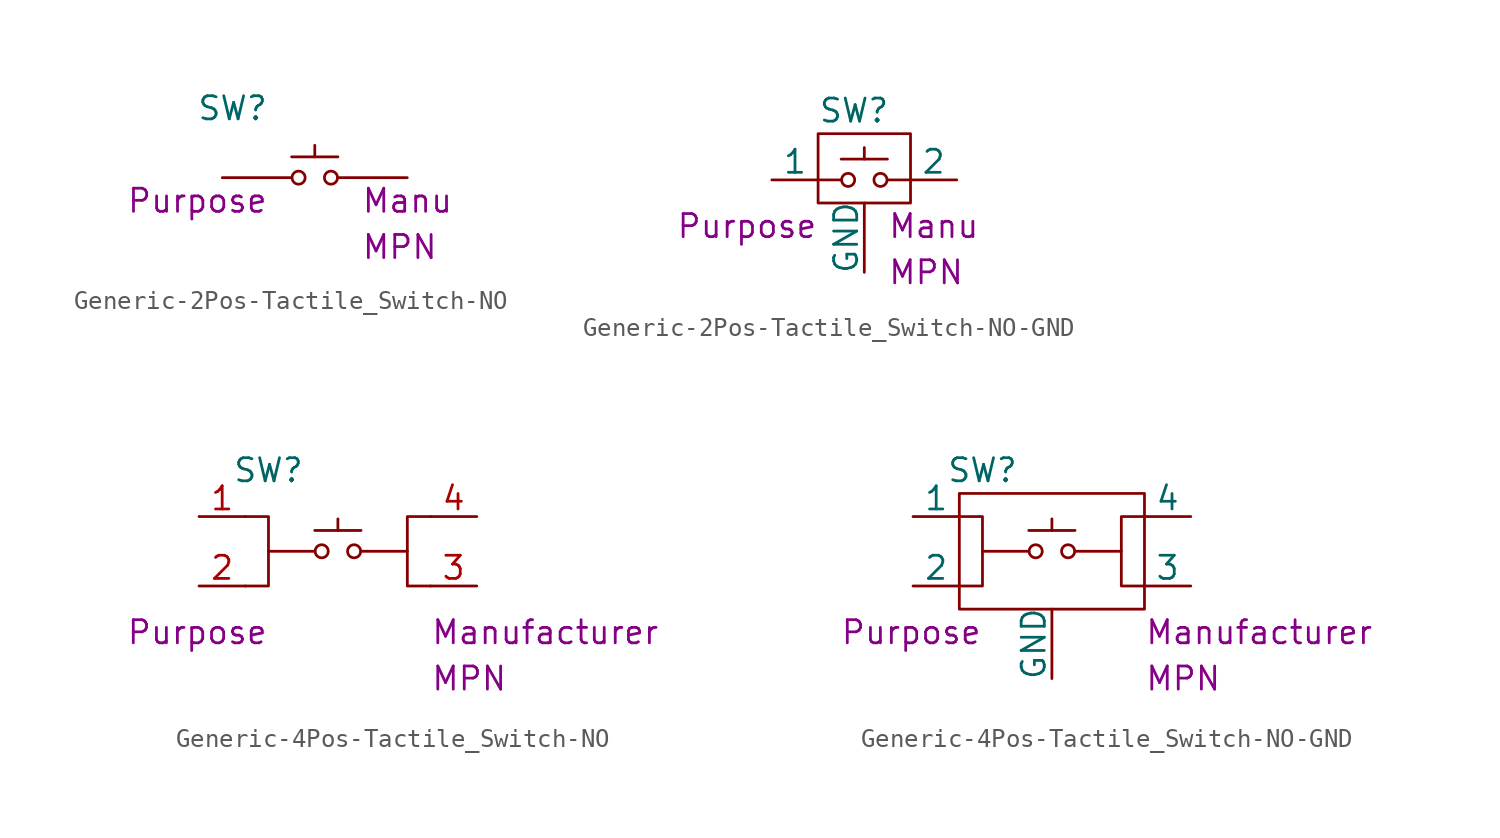
<source format=kicad_sym>
(kicad_symbol_lib
  (version 20211014)
  (generator kicad_symbol_editor)
  (symbol "Generic-2Pos-Tactile_Switch-NO"
    (pin_numbers hide)
    (pin_names hide)
    (property "Reference" "SW"
      (at -2.54 3.81 0)
      (effects (font (size 1.27 1.27)) (justify right)))
    (property "Purpose" "Purpose"
      (at -2.54 -1.27 0)
      (effects (font (size 1.27 1.27)) (justify right)))
    (property "Manufacturer" "Manu"
      (at 2.54 -1.27 0)
      (effects (font (size 1.27 1.27)) (justify left)))
    (property "MPN" "MPN"
      (at 2.54 -3.81 0)
      (effects (font (size 1.27 1.27)) (justify left)))
    (symbol "Generic-2Pos-Tactile_Switch-NO_0_0"
      (pin bidirectional line (at -5.08 0 0) (length 3.81) (name "1" (effects (font (size 1.27 1.27)))) (number "1" (effects (font (size 1.27 1.27)))))
      (pin bidirectional line (at 5.08 0 180) (length 3.81) (name "2" (effects (font (size 1.27 1.27)))) (number "2" (effects (font (size 1.27 1.27))))))
    (symbol "Generic-2Pos-Tactile_Switch-NO_0_1"
      (circle (center -0.889 0) (radius 0.359) (stroke (width 0) (type default) (color 0 0 0 0)) (fill (type none)))
      (polyline (pts (xy 0 1.143) (xy 0 1.778)) (stroke (width 0) (type default) (color 0 0 0 0)) (fill (type none)))
      (polyline (pts (xy 1.27 1.143) (xy -1.27 1.143)) (stroke (width 0) (type default) (color 0 0 0 0)) (fill (type none)))
      (circle (center 0.889 0) (radius 0.359) (stroke (width 0) (type default) (color 0 0 0 0)) (fill (type none)))))
  (symbol "Generic-2Pos-Tactile_Switch-NO-GND"
    (pin_numbers hide)
    (pin_names
      (offset 0))
    (property "Reference" "SW"
      (at -2.54 3.81 0)
      (effects (font (size 1.27 1.27)) (justify left)))
    (property "Purpose" "Purpose"
      (at -2.54 -2.54 0)
      (effects (font (size 1.27 1.27)) (justify right)))
    (property "Manufacturer" "Manu"
      (at 1.27 -2.54 0)
      (effects (font (size 1.27 1.27)) (justify left)))
    (property "MPN" "MPN"
      (at 1.27 -5.08 0)
      (effects (font (size 1.27 1.27)) (justify left)))
    (symbol "Generic-2Pos-Tactile_Switch-NO-GND_0_0"
      (pin bidirectional line (at -5.08 0 0) (length 2.54) (name "1" (effects (font (size 1.27 1.27)))) (number "1" (effects (font (size 1.27 1.27)))))
      (pin bidirectional line (at 5.08 0 180) (length 2.54) (name "2" (effects (font (size 1.27 1.27)))) (number "2" (effects (font (size 1.27 1.27)))))
      (pin bidirectional line (at 0 -5.08 90) (length 3.81) (name "GND" (effects (font (size 1.27 1.27)))) (number "G" (effects (font (size 1.27 1.27))))))
    (symbol "Generic-2Pos-Tactile_Switch-NO-GND_0_1"
      (rectangle (start -2.54 2.54) (end 2.54 -1.27) (stroke (width 0) (type default) (color 0 0 0 0)) (fill (type none)))
      (circle (center -0.889 0) (radius 0.359) (stroke (width 0) (type default) (color 0 0 0 0)) (fill (type none)))
      (polyline (pts (xy -1.27 0) (xy -2.54 0)) (stroke (width 0) (type default) (color 0 0 0 0)) (fill (type none)))
      (polyline (pts (xy 0 1.143) (xy 0 1.778)) (stroke (width 0) (type default) (color 0 0 0 0)) (fill (type none)))
      (polyline (pts (xy 1.27 1.143) (xy -1.27 1.143)) (stroke (width 0) (type default) (color 0 0 0 0)) (fill (type none)))
      (polyline (pts (xy 2.54 0) (xy 1.27 0)) (stroke (width 0) (type default) (color 0 0 0 0)) (fill (type none)))
      (circle (center 0.889 0) (radius 0.359) (stroke (width 0) (type default) (color 0 0 0 0)) (fill (type none)))))
  (symbol "Generic-4Pos-Tactile_Switch-NO"
    (pin_names hide)
    (property "Reference" "SW"
      (at -3.81 5.08 0)
      (effects (font (size 1.27 1.27))))
    (property "MPN" "MPN"
      (at 5.08 -6.35 0)
      (effects (font (size 1.27 1.27)) (justify left)))
    (property "Manufacturer" "Manufacturer"
      (at 5.08 -3.81 0)
      (effects (font (size 1.27 1.27)) (justify left)))
    (property "Purpose" "Purpose"
      (at -3.81 -3.81 0)
      (effects (font (size 1.27 1.27)) (justify right)))
    (symbol "Generic-4Pos-Tactile_Switch-NO_0_0"
      (pin bidirectional line (at -7.62 2.54 0) (length 2.54) (name "1" (effects (font (size 1.27 1.27)))) (number "1" (effects (font (size 1.27 1.27)))))
      (pin bidirectional line (at -7.62 -1.27 0) (length 2.54) (name "2" (effects (font (size 1.27 1.27)))) (number "2" (effects (font (size 1.27 1.27)))))
      (pin bidirectional line (at 7.62 -1.27 180) (length 2.54) (name "3" (effects (font (size 1.27 1.27)))) (number "3" (effects (font (size 1.27 1.27)))))
      (pin bidirectional line (at 7.62 2.54 180) (length 2.54) (name "4" (effects (font (size 1.27 1.27)))) (number "4" (effects (font (size 1.27 1.27))))))
    (symbol "Generic-4Pos-Tactile_Switch-NO_0_1"
      (circle (center -0.889 0.635) (radius 0.359) (stroke (width 0) (type default) (color 0 0 0 0)) (fill (type none)))
      (polyline (pts (xy -3.81 0.635) (xy -1.27 0.635)) (stroke (width 0) (type default) (color 0 0 0 0)) (fill (type none)))
      (polyline (pts (xy 0 1.778) (xy 0 2.413)) (stroke (width 0) (type default) (color 0 0 0 0)) (fill (type none)))
      (polyline (pts (xy 1.27 1.778) (xy -1.27 1.778)) (stroke (width 0) (type default) (color 0 0 0 0)) (fill (type none)))
      (polyline (pts (xy 3.81 0.635) (xy 1.27 0.635)) (stroke (width 0) (type default) (color 0 0 0 0)) (fill (type none)))
      (polyline (pts (xy -5.08 2.54) (xy -3.81 2.54) (xy -3.81 -1.27) (xy -5.08 -1.27)) (stroke (width 0) (type default) (color 0 0 0 0)) (fill (type none)))
      (polyline (pts (xy 5.08 2.54) (xy 3.81 2.54) (xy 3.81 -1.27) (xy 5.08 -1.27)) (stroke (width 0) (type default) (color 0 0 0 0)) (fill (type none)))
      (circle (center 0.889 0.635) (radius 0.359) (stroke (width 0) (type default) (color 0 0 0 0)) (fill (type none)))))
  (symbol "Generic-4Pos-Tactile_Switch-NO-GND"
    (pin_numbers hide)
    (pin_names
      (offset 0))
    (property "Reference" "SW"
      (at -3.81 5.08 0)
      (effects (font (size 1.27 1.27))))
    (property "MPN" "MPN"
      (at 5.08 -6.35 0)
      (effects (font (size 1.27 1.27)) (justify left)))
    (property "Manufacturer" "Manufacturer"
      (at 5.08 -3.81 0)
      (effects (font (size 1.27 1.27)) (justify left)))
    (property "Purpose" "Purpose"
      (at -3.81 -3.81 0)
      (effects (font (size 1.27 1.27)) (justify right)))
    (symbol "Generic-4Pos-Tactile_Switch-NO-GND_0_0"
      (pin bidirectional line (at -7.62 2.54 0) (length 2.54) (name "1" (effects (font (size 1.27 1.27)))) (number "1" (effects (font (size 1.27 1.27)))))
      (pin bidirectional line (at -7.62 -1.27 0) (length 2.54) (name "2" (effects (font (size 1.27 1.27)))) (number "2" (effects (font (size 1.27 1.27)))))
      (pin bidirectional line (at 7.62 -1.27 180) (length 2.54) (name "3" (effects (font (size 1.27 1.27)))) (number "3" (effects (font (size 1.27 1.27)))))
      (pin bidirectional line (at 7.62 2.54 180) (length 2.54) (name "4" (effects (font (size 1.27 1.27)))) (number "4" (effects (font (size 1.27 1.27)))))
      (pin bidirectional line (at 0 -6.35 90) (length 3.81) (name "GND" (effects (font (size 1.27 1.27)))) (number "G" (effects (font (size 1.27 1.27))))))
    (symbol "Generic-4Pos-Tactile_Switch-NO-GND_0_1"
      (rectangle (start -5.08 3.81) (end 5.08 -2.54) (stroke (width 0) (type default) (color 0 0 0 0)) (fill (type none)))
      (circle (center -0.889 0.635) (radius 0.359) (stroke (width 0) (type default) (color 0 0 0 0)) (fill (type none)))
      (polyline (pts (xy -3.81 0.635) (xy -1.27 0.635)) (stroke (width 0) (type default) (color 0 0 0 0)) (fill (type none)))
      (polyline (pts (xy 0 1.778) (xy 0 2.413)) (stroke (width 0) (type default) (color 0 0 0 0)) (fill (type none)))
      (polyline (pts (xy 1.27 1.778) (xy -1.27 1.778)) (stroke (width 0) (type default) (color 0 0 0 0)) (fill (type none)))
      (polyline (pts (xy 3.81 0.635) (xy 1.27 0.635)) (stroke (width 0) (type default) (color 0 0 0 0)) (fill (type none)))
      (polyline (pts (xy -5.08 2.54) (xy -3.81 2.54) (xy -3.81 -1.27) (xy -5.08 -1.27)) (stroke (width 0) (type default) (color 0 0 0 0)) (fill (type none)))
      (polyline (pts (xy 5.08 2.54) (xy 3.81 2.54) (xy 3.81 -1.27) (xy 5.08 -1.27)) (stroke (width 0) (type default) (color 0 0 0 0)) (fill (type none)))
      (circle (center 0.889 0.635) (radius 0.359) (stroke (width 0) (type default) (color 0 0 0 0)) (fill (type none))))))
</source>
